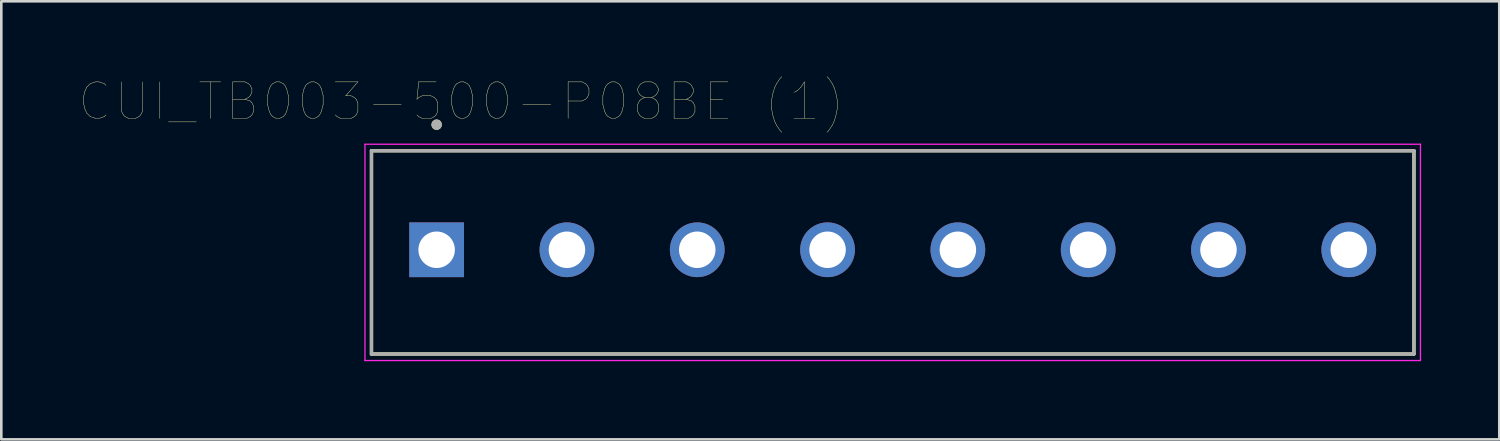
<source format=kicad_pcb>
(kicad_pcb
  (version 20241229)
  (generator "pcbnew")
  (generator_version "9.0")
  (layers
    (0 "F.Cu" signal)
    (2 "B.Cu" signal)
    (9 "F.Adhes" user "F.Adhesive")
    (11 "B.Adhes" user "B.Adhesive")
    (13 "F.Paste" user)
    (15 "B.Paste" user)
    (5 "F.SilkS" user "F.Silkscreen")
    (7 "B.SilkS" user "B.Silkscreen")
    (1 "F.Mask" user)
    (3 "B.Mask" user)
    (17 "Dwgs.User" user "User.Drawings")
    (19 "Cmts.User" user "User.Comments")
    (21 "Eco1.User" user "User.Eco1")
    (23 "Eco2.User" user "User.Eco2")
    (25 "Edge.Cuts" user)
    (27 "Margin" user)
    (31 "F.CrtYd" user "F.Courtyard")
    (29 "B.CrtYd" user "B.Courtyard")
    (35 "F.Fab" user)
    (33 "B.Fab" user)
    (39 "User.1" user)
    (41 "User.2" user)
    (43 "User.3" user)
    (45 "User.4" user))
  (footprint "CUI_TB003-500-P08BE (1)"
    (layer "F.Cu")
    (at 13.704 6.534)
    (property "Reference" "CUI_TB003-500-P08BE (1)" (at 0.945 -5.689 0) (layer "F.SilkS") (effects (font (size 1.4 1.4) (thickness 0.015))))
    (attr through_hole)
    (fp_line (start -2.5 -3.8) (end 37.5 -3.8) (stroke (width 0.127) (type solid)) (layer "F.SilkS"))
    (fp_line (start -2.5 4) (end -2.5 -3.8) (stroke (width 0.127) (type solid)) (layer "F.SilkS"))
    (fp_line (start 37.5 -3.8) (end 37.5 4) (stroke (width 0.127) (type solid)) (layer "F.SilkS"))
    (fp_line (start 37.5 4) (end -2.5 4) (stroke (width 0.127) (type solid)) (layer "F.SilkS"))
    (fp_circle (center 0 -4.8) (end 0.1 -4.8) (stroke (width 0.2) (type solid)) (fill no) (layer "F.SilkS"))
    (fp_line (start -2.75 -4.05) (end 37.75 -4.05) (stroke (width 0.05) (type solid)) (layer "F.CrtYd"))
    (fp_line (start -2.75 4.25) (end -2.75 -4.05) (stroke (width 0.05) (type solid)) (layer "F.CrtYd"))
    (fp_line (start 37.75 -4.05) (end 37.75 4.25) (stroke (width 0.05) (type solid)) (layer "F.CrtYd"))
    (fp_line (start 37.75 4.25) (end -2.75 4.25) (stroke (width 0.05) (type solid)) (layer "F.CrtYd"))
    (fp_line (start -2.5 -3.8) (end 37.5 -3.8) (stroke (width 0.127) (type solid)) (layer "F.Fab"))
    (fp_line (start -2.5 4) (end -2.5 -3.8) (stroke (width 0.127) (type solid)) (layer "F.Fab"))
    (fp_line (start 37.5 -3.8) (end 37.5 4) (stroke (width 0.127) (type solid)) (layer "F.Fab"))
    (fp_line (start 37.5 4) (end -2.5 4) (stroke (width 0.127) (type solid)) (layer "F.Fab"))
    (fp_circle (center 0 -4.8) (end 0.1 -4.8) (stroke (width 0.2) (type solid)) (fill no) (layer "F.Fab"))
    (pad "1" thru_hole rect (at 0 0) (size 2.1 2.1) (drill 1.4) (layers "*.Cu" "*.Mask"))
    (pad "2" thru_hole circle (at 5 0) (size 2.1 2.1) (drill 1.4) (layers "*.Cu" "*.Mask"))
    (pad "3" thru_hole circle (at 10 0) (size 2.1 2.1) (drill 1.4) (layers "*.Cu" "*.Mask"))
    (pad "4" thru_hole circle (at 15 0) (size 2.1 2.1) (drill 1.4) (layers "*.Cu" "*.Mask"))
    (pad "5" thru_hole circle (at 20 0) (size 2.1 2.1) (drill 1.4) (layers "*.Cu" "*.Mask"))
    (pad "6" thru_hole circle (at 25 0) (size 2.1 2.1) (drill 1.4) (layers "*.Cu" "*.Mask"))
    (pad "7" thru_hole circle (at 30 0) (size 2.1 2.1) (drill 1.4) (layers "*.Cu" "*.Mask"))
    (pad "8" thru_hole circle (at 35 0) (size 2.1 2.1) (drill 1.4) (layers "*.Cu" "*.Mask")))
  (gr_rect
    (start -3 -3)
    (end 54.479 13.809)
    (stroke (width 0.1) (type default))
    (fill no)
    (layer "Edge.Cuts")))
</source>
